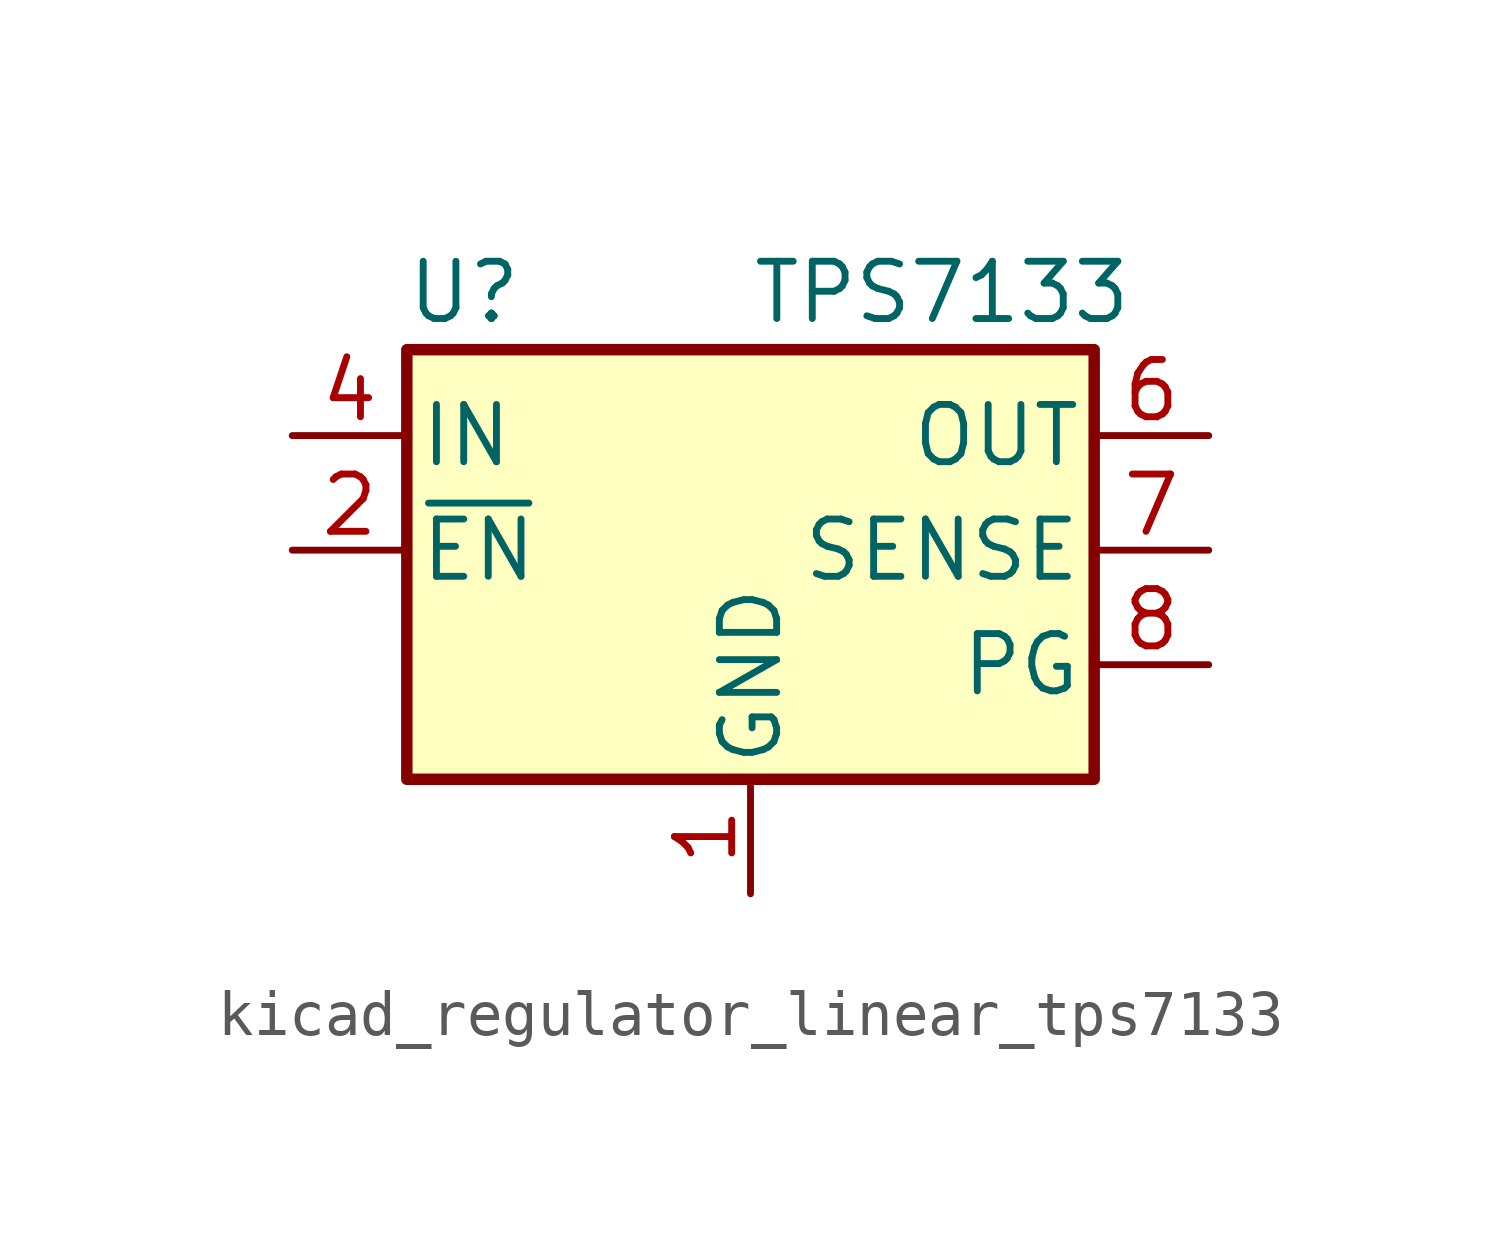
<source format=kicad_sym>
(kicad_symbol_lib
  (version 20220914)
  (generator kicad_symbol_editor)
  (symbol "kicad_regulator_linear_tps7133"
    (pin_names
      (offset 0.254))
    (property "Reference" "U"
      (at -6.35 8.255 0)
      (effects (font (size 1.27 1.27))))
    (property "Value" "TPS7133"
      (at 0 8.255 0)
      (effects (font (size 1.27 1.27)) (justify left)))
    (symbol "kicad_regulator_linear_tps7133_0_1"
      (rectangle (start -7.62 6.985) (end 7.62 -2.54) (stroke (width 0.254) (type default)) (fill (type background))))
    (symbol "kicad_regulator_linear_tps7133_1_1"
      (pin power_in line (at 0 -5.08 90) (length 2.54) (name "GND" (effects (font (size 1.27 1.27)))) (number "1" (effects (font (size 1.27 1.27)))))
      (pin input line (at -10.16 2.54 0) (length 2.54) (name "~{EN}" (effects (font (size 1.27 1.27)))) (number "2" (effects (font (size 1.27 1.27)))))
      (pin passive line (at -10.16 5.08 0) (length 2.54) hide (name "IN" (effects (font (size 1.27 1.27)))) (number "3" (effects (font (size 1.27 1.27)))))
      (pin power_in line (at -10.16 5.08 0) (length 2.54) (name "IN" (effects (font (size 1.27 1.27)))) (number "4" (effects (font (size 1.27 1.27)))))
      (pin passive line (at 10.16 5.08 180) (length 2.54) hide (name "OUT" (effects (font (size 1.27 1.27)))) (number "5" (effects (font (size 1.27 1.27)))))
      (pin power_out line (at 10.16 5.08 180) (length 2.54) (name "OUT" (effects (font (size 1.27 1.27)))) (number "6" (effects (font (size 1.27 1.27)))))
      (pin input line (at 10.16 2.54 180) (length 2.54) (name "SENSE" (effects (font (size 1.27 1.27)))) (number "7" (effects (font (size 1.27 1.27)))))
      (pin output line (at 10.16 0 180) (length 2.54) (name "PG" (effects (font (size 1.27 1.27)))) (number "8" (effects (font (size 1.27 1.27))))))))
</source>
